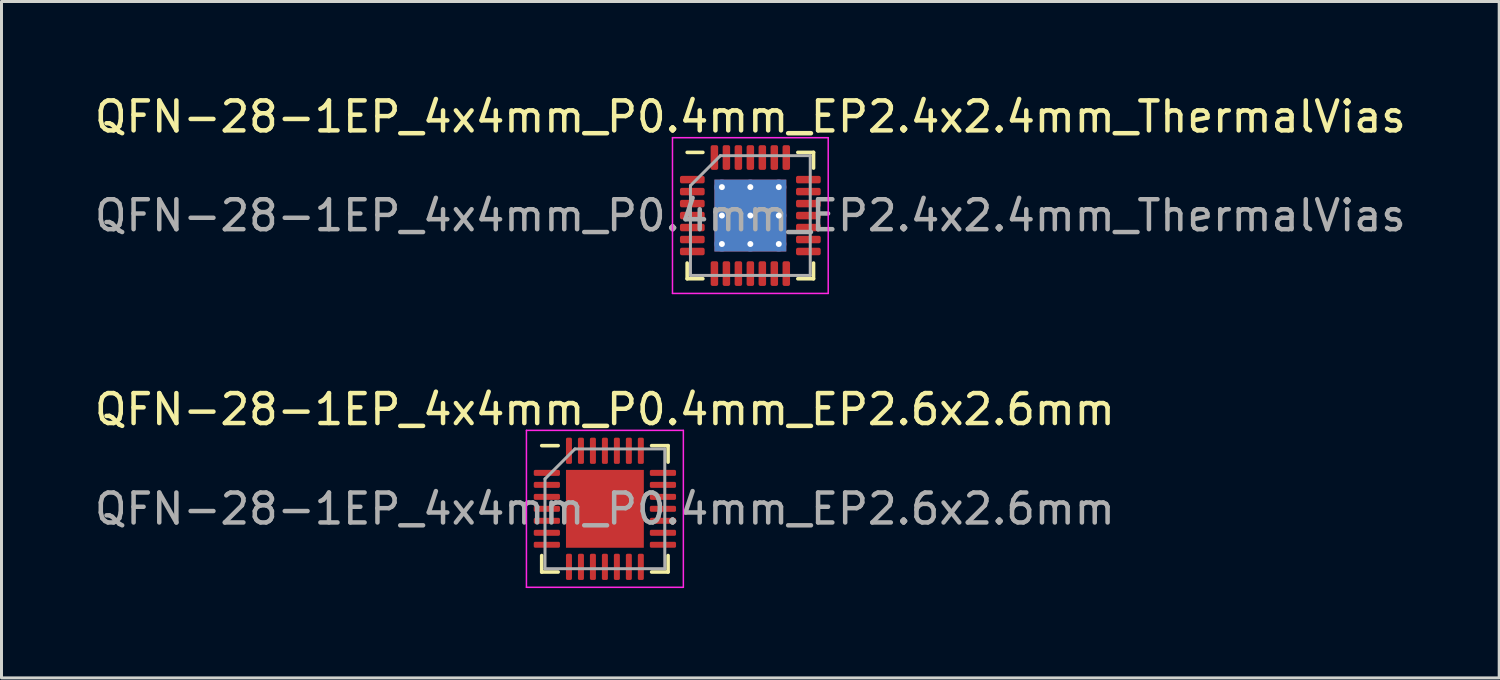
<source format=kicad_pcb>
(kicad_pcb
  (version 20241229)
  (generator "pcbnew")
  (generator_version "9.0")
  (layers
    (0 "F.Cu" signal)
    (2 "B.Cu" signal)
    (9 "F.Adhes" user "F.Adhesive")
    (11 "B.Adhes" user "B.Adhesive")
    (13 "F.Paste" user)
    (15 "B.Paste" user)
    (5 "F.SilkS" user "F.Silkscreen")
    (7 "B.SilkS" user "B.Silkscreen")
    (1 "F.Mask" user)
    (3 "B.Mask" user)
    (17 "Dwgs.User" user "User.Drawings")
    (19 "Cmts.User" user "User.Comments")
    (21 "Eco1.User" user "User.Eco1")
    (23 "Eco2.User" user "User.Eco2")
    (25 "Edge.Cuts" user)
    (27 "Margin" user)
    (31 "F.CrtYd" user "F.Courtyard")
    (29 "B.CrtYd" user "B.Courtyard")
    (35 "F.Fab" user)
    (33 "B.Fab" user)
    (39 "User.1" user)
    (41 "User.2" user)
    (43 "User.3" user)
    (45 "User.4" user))
  (footprint "QFN-28-1EP_4x4mm_P0.4mm_EP2.4x2.4mm_ThermalVias"
    (layer "F.Cu")
    (at 22.006 4.148)
    (property "Reference" "QFN-28-1EP_4x4mm_P0.4mm_EP2.4x2.4mm_ThermalVias" (at 0 -3.3 0) (layer "F.SilkS") (effects (font (size 1 1) (thickness 0.15))))
    (attr smd)
    (fp_line (start -2.11 2.11) (end -2.11 1.585) (stroke (width 0.12) (type solid)) (layer "F.SilkS"))
    (fp_line (start -1.585 -2.11) (end -2.11 -2.11) (stroke (width 0.12) (type solid)) (layer "F.SilkS"))
    (fp_line (start -1.585 2.11) (end -2.11 2.11) (stroke (width 0.12) (type solid)) (layer "F.SilkS"))
    (fp_line (start 1.585 -2.11) (end 2.11 -2.11) (stroke (width 0.12) (type solid)) (layer "F.SilkS"))
    (fp_line (start 1.585 2.11) (end 2.11 2.11) (stroke (width 0.12) (type solid)) (layer "F.SilkS"))
    (fp_line (start 2.11 -2.11) (end 2.11 -1.585) (stroke (width 0.12) (type solid)) (layer "F.SilkS"))
    (fp_line (start 2.11 2.11) (end 2.11 1.585) (stroke (width 0.12) (type solid)) (layer "F.SilkS"))
    (fp_line (start -2.6 -2.6) (end -2.6 2.6) (stroke (width 0.05) (type solid)) (layer "F.CrtYd"))
    (fp_line (start -2.6 2.6) (end 2.6 2.6) (stroke (width 0.05) (type solid)) (layer "F.CrtYd"))
    (fp_line (start 2.6 -2.6) (end -2.6 -2.6) (stroke (width 0.05) (type solid)) (layer "F.CrtYd"))
    (fp_line (start 2.6 2.6) (end 2.6 -2.6) (stroke (width 0.05) (type solid)) (layer "F.CrtYd"))
    (fp_line (start -2 -1) (end -1 -2) (stroke (width 0.1) (type solid)) (layer "F.Fab"))
    (fp_line (start -2 2) (end -2 -1) (stroke (width 0.1) (type solid)) (layer "F.Fab"))
    (fp_line (start -1 -2) (end 2 -2) (stroke (width 0.1) (type solid)) (layer "F.Fab"))
    (fp_line (start 2 -2) (end 2 2) (stroke (width 0.1) (type solid)) (layer "F.Fab"))
    (fp_line (start 2 2) (end -2 2) (stroke (width 0.1) (type solid)) (layer "F.Fab"))
    (fp_text user "${REFERENCE}" (at 0 0 0) (layer "F.Fab") (effects (font (size 1 1) (thickness 0.15))))
    (pad "" smd roundrect (at -0.6 -0.6) (size 1.04 1.04) (layers "F.Paste") (roundrect_rratio 0.24))
    (pad "" smd roundrect (at -0.6 0.6) (size 1.04 1.04) (layers "F.Paste") (roundrect_rratio 0.24))
    (pad "" smd roundrect (at 0.6 -0.6) (size 1.04 1.04) (layers "F.Paste") (roundrect_rratio 0.24))
    (pad "" smd roundrect (at 0.6 0.6) (size 1.04 1.04) (layers "F.Paste") (roundrect_rratio 0.24))
    (pad "1" smd roundrect (at -1.938 -1.2) (size 0.825 0.25) (layers "F.Cu" "F.Mask" "F.Paste") (roundrect_rratio 0.25))
    (pad "2" smd roundrect (at -1.938 -0.8) (size 0.825 0.25) (layers "F.Cu" "F.Mask" "F.Paste") (roundrect_rratio 0.25))
    (pad "3" smd roundrect (at -1.938 -0.4) (size 0.825 0.25) (layers "F.Cu" "F.Mask" "F.Paste") (roundrect_rratio 0.25))
    (pad "4" smd roundrect (at -1.938 0) (size 0.825 0.25) (layers "F.Cu" "F.Mask" "F.Paste") (roundrect_rratio 0.25))
    (pad "5" smd roundrect (at -1.938 0.4) (size 0.825 0.25) (layers "F.Cu" "F.Mask" "F.Paste") (roundrect_rratio 0.25))
    (pad "6" smd roundrect (at -1.938 0.8) (size 0.825 0.25) (layers "F.Cu" "F.Mask" "F.Paste") (roundrect_rratio 0.25))
    (pad "7" smd roundrect (at -1.938 1.2) (size 0.825 0.25) (layers "F.Cu" "F.Mask" "F.Paste") (roundrect_rratio 0.25))
    (pad "8" smd roundrect (at -1.2 1.938) (size 0.25 0.825) (layers "F.Cu" "F.Mask" "F.Paste") (roundrect_rratio 0.25))
    (pad "9" smd roundrect (at -0.8 1.938) (size 0.25 0.825) (layers "F.Cu" "F.Mask" "F.Paste") (roundrect_rratio 0.25))
    (pad "10" smd roundrect (at -0.4 1.938) (size 0.25 0.825) (layers "F.Cu" "F.Mask" "F.Paste") (roundrect_rratio 0.25))
    (pad "11" smd roundrect (at 0 1.938) (size 0.25 0.825) (layers "F.Cu" "F.Mask" "F.Paste") (roundrect_rratio 0.25))
    (pad "12" smd roundrect (at 0.4 1.938) (size 0.25 0.825) (layers "F.Cu" "F.Mask" "F.Paste") (roundrect_rratio 0.25))
    (pad "13" smd roundrect (at 0.8 1.938) (size 0.25 0.825) (layers "F.Cu" "F.Mask" "F.Paste") (roundrect_rratio 0.25))
    (pad "14" smd roundrect (at 1.2 1.938) (size 0.25 0.825) (layers "F.Cu" "F.Mask" "F.Paste") (roundrect_rratio 0.25))
    (pad "15" smd roundrect (at 1.938 1.2) (size 0.825 0.25) (layers "F.Cu" "F.Mask" "F.Paste") (roundrect_rratio 0.25))
    (pad "16" smd roundrect (at 1.938 0.8) (size 0.825 0.25) (layers "F.Cu" "F.Mask" "F.Paste") (roundrect_rratio 0.25))
    (pad "17" smd roundrect (at 1.938 0.4) (size 0.825 0.25) (layers "F.Cu" "F.Mask" "F.Paste") (roundrect_rratio 0.25))
    (pad "18" smd roundrect (at 1.938 0) (size 0.825 0.25) (layers "F.Cu" "F.Mask" "F.Paste") (roundrect_rratio 0.25))
    (pad "19" smd roundrect (at 1.938 -0.4) (size 0.825 0.25) (layers "F.Cu" "F.Mask" "F.Paste") (roundrect_rratio 0.25))
    (pad "20" smd roundrect (at 1.938 -0.8) (size 0.825 0.25) (layers "F.Cu" "F.Mask" "F.Paste") (roundrect_rratio 0.25))
    (pad "21" smd roundrect (at 1.938 -1.2) (size 0.825 0.25) (layers "F.Cu" "F.Mask" "F.Paste") (roundrect_rratio 0.25))
    (pad "22" smd roundrect (at 1.2 -1.938) (size 0.25 0.825) (layers "F.Cu" "F.Mask" "F.Paste") (roundrect_rratio 0.25))
    (pad "23" smd roundrect (at 0.8 -1.938) (size 0.25 0.825) (layers "F.Cu" "F.Mask" "F.Paste") (roundrect_rratio 0.25))
    (pad "24" smd roundrect (at 0.4 -1.938) (size 0.25 0.825) (layers "F.Cu" "F.Mask" "F.Paste") (roundrect_rratio 0.25))
    (pad "25" smd roundrect (at 0 -1.938) (size 0.25 0.825) (layers "F.Cu" "F.Mask" "F.Paste") (roundrect_rratio 0.25))
    (pad "26" smd roundrect (at -0.4 -1.938) (size 0.25 0.825) (layers "F.Cu" "F.Mask" "F.Paste") (roundrect_rratio 0.25))
    (pad "27" smd roundrect (at -0.8 -1.938) (size 0.25 0.825) (layers "F.Cu" "F.Mask" "F.Paste") (roundrect_rratio 0.25))
    (pad "28" smd roundrect (at -1.2 -1.938) (size 0.25 0.825) (layers "F.Cu" "F.Mask" "F.Paste") (roundrect_rratio 0.25))
    (pad "29" thru_hole circle (at -0.95 -0.95) (size 0.5 0.5) (drill 0.2) (layers "*.Cu"))
    (pad "29" thru_hole circle (at -0.95 0) (size 0.5 0.5) (drill 0.2) (layers "*.Cu"))
    (pad "29" thru_hole circle (at -0.95 0.95) (size 0.5 0.5) (drill 0.2) (layers "*.Cu"))
    (pad "29" thru_hole circle (at 0 -0.95) (size 0.5 0.5) (drill 0.2) (layers "*.Cu"))
    (pad "29" thru_hole circle (at 0 0) (size 0.5 0.5) (drill 0.2) (layers "*.Cu"))
    (pad "29" smd rect (at 0 0) (size 2.4 2.4) (layers "F.Cu" "F.Mask"))
    (pad "29" smd rect (at 0 0) (size 2.4 2.4) (layers "B.Cu"))
    (pad "29" thru_hole circle (at 0 0.95) (size 0.5 0.5) (drill 0.2) (layers "*.Cu"))
    (pad "29" thru_hole circle (at 0.95 -0.95) (size 0.5 0.5) (drill 0.2) (layers "*.Cu"))
    (pad "29" thru_hole circle (at 0.95 0) (size 0.5 0.5) (drill 0.2) (layers "*.Cu"))
    (pad "29" thru_hole circle (at 0.95 0.95) (size 0.5 0.5) (drill 0.2) (layers "*.Cu")))
  (footprint "QFN-28-1EP_4x4mm_P0.4mm_EP2.6x2.6mm"
    (layer "F.Cu")
    (at 17.149 13.941)
    (property "Reference" "QFN-28-1EP_4x4mm_P0.4mm_EP2.6x2.6mm" (at 0 -3.32 0) (layer "F.SilkS") (effects (font (size 1 1) (thickness 0.15))))
    (attr smd)
    (fp_line (start -2.11 2.11) (end -2.11 1.56) (stroke (width 0.12) (type solid)) (layer "F.SilkS"))
    (fp_line (start -1.56 -2.11) (end -2.11 -2.11) (stroke (width 0.12) (type solid)) (layer "F.SilkS"))
    (fp_line (start -1.56 2.11) (end -2.11 2.11) (stroke (width 0.12) (type solid)) (layer "F.SilkS"))
    (fp_line (start 1.56 -2.11) (end 2.11 -2.11) (stroke (width 0.12) (type solid)) (layer "F.SilkS"))
    (fp_line (start 1.56 2.11) (end 2.11 2.11) (stroke (width 0.12) (type solid)) (layer "F.SilkS"))
    (fp_line (start 2.11 -2.11) (end 2.11 -1.56) (stroke (width 0.12) (type solid)) (layer "F.SilkS"))
    (fp_line (start 2.11 2.11) (end 2.11 1.56) (stroke (width 0.12) (type solid)) (layer "F.SilkS"))
    (fp_line (start -2.62 -2.62) (end -2.62 2.62) (stroke (width 0.05) (type solid)) (layer "F.CrtYd"))
    (fp_line (start -2.62 2.62) (end 2.62 2.62) (stroke (width 0.05) (type solid)) (layer "F.CrtYd"))
    (fp_line (start 2.62 -2.62) (end -2.62 -2.62) (stroke (width 0.05) (type solid)) (layer "F.CrtYd"))
    (fp_line (start 2.62 2.62) (end 2.62 -2.62) (stroke (width 0.05) (type solid)) (layer "F.CrtYd"))
    (fp_line (start -2 -1) (end -1 -2) (stroke (width 0.1) (type solid)) (layer "F.Fab"))
    (fp_line (start -2 2) (end -2 -1) (stroke (width 0.1) (type solid)) (layer "F.Fab"))
    (fp_line (start -1 -2) (end 2 -2) (stroke (width 0.1) (type solid)) (layer "F.Fab"))
    (fp_line (start 2 -2) (end 2 2) (stroke (width 0.1) (type solid)) (layer "F.Fab"))
    (fp_line (start 2 2) (end -2 2) (stroke (width 0.1) (type solid)) (layer "F.Fab"))
    (fp_text user "${REFERENCE}" (at 0 0 0) (layer "F.Fab") (effects (font (size 1 1) (thickness 0.15))))
    (pad "" smd roundrect (at -0.65 -0.65) (size 1.05 1.05) (layers "F.Paste") (roundrect_rratio 0.238))
    (pad "" smd roundrect (at -0.65 0.65) (size 1.05 1.05) (layers "F.Paste") (roundrect_rratio 0.238))
    (pad "" smd roundrect (at 0.65 -0.65) (size 1.05 1.05) (layers "F.Paste") (roundrect_rratio 0.238))
    (pad "" smd roundrect (at 0.65 0.65) (size 1.05 1.05) (layers "F.Paste") (roundrect_rratio 0.238))
    (pad "1" smd roundrect (at -1.938 -1.2) (size 0.875 0.2) (layers "F.Cu" "F.Mask" "F.Paste") (roundrect_rratio 0.25))
    (pad "2" smd roundrect (at -1.938 -0.8) (size 0.875 0.2) (layers "F.Cu" "F.Mask" "F.Paste") (roundrect_rratio 0.25))
    (pad "3" smd roundrect (at -1.938 -0.4) (size 0.875 0.2) (layers "F.Cu" "F.Mask" "F.Paste") (roundrect_rratio 0.25))
    (pad "4" smd roundrect (at -1.938 0) (size 0.875 0.2) (layers "F.Cu" "F.Mask" "F.Paste") (roundrect_rratio 0.25))
    (pad "5" smd roundrect (at -1.938 0.4) (size 0.875 0.2) (layers "F.Cu" "F.Mask" "F.Paste") (roundrect_rratio 0.25))
    (pad "6" smd roundrect (at -1.938 0.8) (size 0.875 0.2) (layers "F.Cu" "F.Mask" "F.Paste") (roundrect_rratio 0.25))
    (pad "7" smd roundrect (at -1.938 1.2) (size 0.875 0.2) (layers "F.Cu" "F.Mask" "F.Paste") (roundrect_rratio 0.25))
    (pad "8" smd roundrect (at -1.2 1.938) (size 0.2 0.875) (layers "F.Cu" "F.Mask" "F.Paste") (roundrect_rratio 0.25))
    (pad "9" smd roundrect (at -0.8 1.938) (size 0.2 0.875) (layers "F.Cu" "F.Mask" "F.Paste") (roundrect_rratio 0.25))
    (pad "10" smd roundrect (at -0.4 1.938) (size 0.2 0.875) (layers "F.Cu" "F.Mask" "F.Paste") (roundrect_rratio 0.25))
    (pad "11" smd roundrect (at 0 1.938) (size 0.2 0.875) (layers "F.Cu" "F.Mask" "F.Paste") (roundrect_rratio 0.25))
    (pad "12" smd roundrect (at 0.4 1.938) (size 0.2 0.875) (layers "F.Cu" "F.Mask" "F.Paste") (roundrect_rratio 0.25))
    (pad "13" smd roundrect (at 0.8 1.938) (size 0.2 0.875) (layers "F.Cu" "F.Mask" "F.Paste") (roundrect_rratio 0.25))
    (pad "14" smd roundrect (at 1.2 1.938) (size 0.2 0.875) (layers "F.Cu" "F.Mask" "F.Paste") (roundrect_rratio 0.25))
    (pad "15" smd roundrect (at 1.938 1.2) (size 0.875 0.2) (layers "F.Cu" "F.Mask" "F.Paste") (roundrect_rratio 0.25))
    (pad "16" smd roundrect (at 1.938 0.8) (size 0.875 0.2) (layers "F.Cu" "F.Mask" "F.Paste") (roundrect_rratio 0.25))
    (pad "17" smd roundrect (at 1.938 0.4) (size 0.875 0.2) (layers "F.Cu" "F.Mask" "F.Paste") (roundrect_rratio 0.25))
    (pad "18" smd roundrect (at 1.938 0) (size 0.875 0.2) (layers "F.Cu" "F.Mask" "F.Paste") (roundrect_rratio 0.25))
    (pad "19" smd roundrect (at 1.938 -0.4) (size 0.875 0.2) (layers "F.Cu" "F.Mask" "F.Paste") (roundrect_rratio 0.25))
    (pad "20" smd roundrect (at 1.938 -0.8) (size 0.875 0.2) (layers "F.Cu" "F.Mask" "F.Paste") (roundrect_rratio 0.25))
    (pad "21" smd roundrect (at 1.938 -1.2) (size 0.875 0.2) (layers "F.Cu" "F.Mask" "F.Paste") (roundrect_rratio 0.25))
    (pad "22" smd roundrect (at 1.2 -1.938) (size 0.2 0.875) (layers "F.Cu" "F.Mask" "F.Paste") (roundrect_rratio 0.25))
    (pad "23" smd roundrect (at 0.8 -1.938) (size 0.2 0.875) (layers "F.Cu" "F.Mask" "F.Paste") (roundrect_rratio 0.25))
    (pad "24" smd roundrect (at 0.4 -1.938) (size 0.2 0.875) (layers "F.Cu" "F.Mask" "F.Paste") (roundrect_rratio 0.25))
    (pad "25" smd roundrect (at 0 -1.938) (size 0.2 0.875) (layers "F.Cu" "F.Mask" "F.Paste") (roundrect_rratio 0.25))
    (pad "26" smd roundrect (at -0.4 -1.938) (size 0.2 0.875) (layers "F.Cu" "F.Mask" "F.Paste") (roundrect_rratio 0.25))
    (pad "27" smd roundrect (at -0.8 -1.938) (size 0.2 0.875) (layers "F.Cu" "F.Mask" "F.Paste") (roundrect_rratio 0.25))
    (pad "28" smd roundrect (at -1.2 -1.938) (size 0.2 0.875) (layers "F.Cu" "F.Mask" "F.Paste") (roundrect_rratio 0.25))
    (pad "29" smd rect (at 0 0) (size 2.6 2.6) (layers "F.Cu" "F.Mask")))
  (gr_rect
    (start -3 -3)
    (end 47.012 19.587)
    (stroke (width 0.1) (type default))
    (fill no)
    (layer "Edge.Cuts")))
</source>
